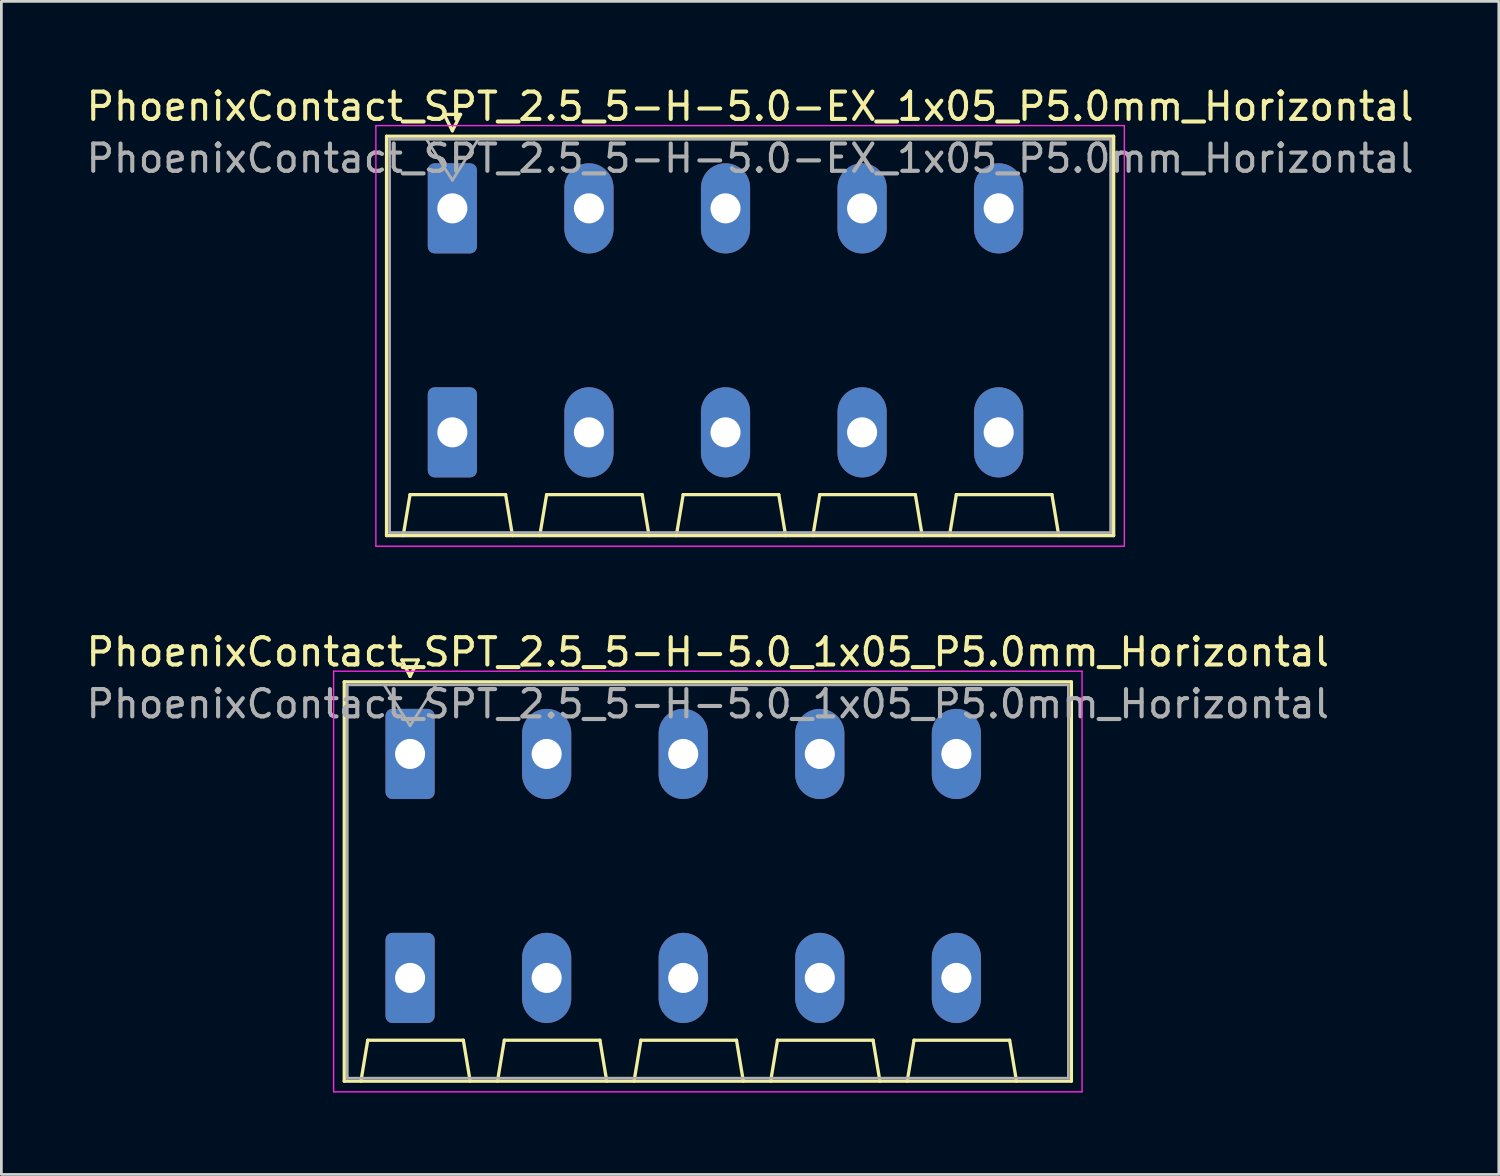
<source format=kicad_pcb>
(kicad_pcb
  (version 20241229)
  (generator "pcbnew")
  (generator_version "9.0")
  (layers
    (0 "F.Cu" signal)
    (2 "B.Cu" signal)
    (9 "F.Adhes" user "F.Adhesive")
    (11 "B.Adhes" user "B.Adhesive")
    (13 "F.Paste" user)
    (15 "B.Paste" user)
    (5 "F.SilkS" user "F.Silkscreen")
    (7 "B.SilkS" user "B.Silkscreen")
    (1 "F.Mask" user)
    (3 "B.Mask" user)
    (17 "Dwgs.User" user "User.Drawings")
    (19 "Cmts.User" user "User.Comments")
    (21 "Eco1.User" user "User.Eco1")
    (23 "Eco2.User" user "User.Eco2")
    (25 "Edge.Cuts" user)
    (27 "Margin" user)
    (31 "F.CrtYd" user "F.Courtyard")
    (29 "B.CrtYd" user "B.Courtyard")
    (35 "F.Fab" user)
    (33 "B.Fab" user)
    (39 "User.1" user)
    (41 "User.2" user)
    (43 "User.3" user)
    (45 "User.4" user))
  (footprint "PhoenixContact_SPT_2.5_5-H-5.0-EX_1x05_P5.0mm_Horizontal"
    (layer "F.Cu")
    (at 13.511 4.578)
    (property "Reference" "PhoenixContact_SPT_2.5_5-H-5.0-EX_1x05_P5.0mm_Horizontal" (at 10.9 -3.73 0) (layer "F.SilkS") (effects (font (size 1 1) (thickness 0.15))))
    (attr through_hole)
    (fp_line (start -2.41 -2.64) (end 24.21 -2.64) (stroke (width 0.12) (type solid)) (layer "F.SilkS"))
    (fp_line (start -2.41 11.98) (end -2.41 -2.64) (stroke (width 0.12) (type solid)) (layer "F.SilkS"))
    (fp_line (start -1.8 11.98) (end -1.55 10.48) (stroke (width 0.12) (type solid)) (layer "F.SilkS"))
    (fp_line (start -1.55 10.48) (end 1.95 10.48) (stroke (width 0.12) (type solid)) (layer "F.SilkS"))
    (fp_line (start -0.3 -3.44) (end 0 -2.84) (stroke (width 0.12) (type solid)) (layer "F.SilkS"))
    (fp_line (start -0.3 -3.44) (end 0.3 -3.44) (stroke (width 0.12) (type solid)) (layer "F.SilkS"))
    (fp_line (start 0.3 -3.44) (end 0 -2.84) (stroke (width 0.12) (type solid)) (layer "F.SilkS"))
    (fp_line (start 2.2 11.98) (end 1.95 10.48) (stroke (width 0.12) (type solid)) (layer "F.SilkS"))
    (fp_line (start 3.2 11.98) (end 3.45 10.48) (stroke (width 0.12) (type solid)) (layer "F.SilkS"))
    (fp_line (start 3.45 10.48) (end 6.95 10.48) (stroke (width 0.12) (type solid)) (layer "F.SilkS"))
    (fp_line (start 7.2 11.98) (end 6.95 10.48) (stroke (width 0.12) (type solid)) (layer "F.SilkS"))
    (fp_line (start 8.2 11.98) (end 8.45 10.48) (stroke (width 0.12) (type solid)) (layer "F.SilkS"))
    (fp_line (start 8.45 10.48) (end 11.95 10.48) (stroke (width 0.12) (type solid)) (layer "F.SilkS"))
    (fp_line (start 12.2 11.98) (end 11.95 10.48) (stroke (width 0.12) (type solid)) (layer "F.SilkS"))
    (fp_line (start 13.2 11.98) (end 13.45 10.48) (stroke (width 0.12) (type solid)) (layer "F.SilkS"))
    (fp_line (start 13.45 10.48) (end 16.95 10.48) (stroke (width 0.12) (type solid)) (layer "F.SilkS"))
    (fp_line (start 17.2 11.98) (end 16.95 10.48) (stroke (width 0.12) (type solid)) (layer "F.SilkS"))
    (fp_line (start 18.2 11.98) (end 18.45 10.48) (stroke (width 0.12) (type solid)) (layer "F.SilkS"))
    (fp_line (start 18.45 10.48) (end 21.95 10.48) (stroke (width 0.12) (type solid)) (layer "F.SilkS"))
    (fp_line (start 22.2 11.98) (end 21.95 10.48) (stroke (width 0.12) (type solid)) (layer "F.SilkS"))
    (fp_line (start 24.21 -2.64) (end 24.21 11.98) (stroke (width 0.12) (type solid)) (layer "F.SilkS"))
    (fp_line (start 24.21 11.98) (end -2.41 11.98) (stroke (width 0.12) (type solid)) (layer "F.SilkS"))
    (fp_line (start -2.8 -3.03) (end -2.8 12.37) (stroke (width 0.05) (type solid)) (layer "F.CrtYd"))
    (fp_line (start -2.8 12.37) (end 24.6 12.37) (stroke (width 0.05) (type solid)) (layer "F.CrtYd"))
    (fp_line (start 24.6 -3.03) (end -2.8 -3.03) (stroke (width 0.05) (type solid)) (layer "F.CrtYd"))
    (fp_line (start 24.6 12.37) (end 24.6 -3.03) (stroke (width 0.05) (type solid)) (layer "F.CrtYd"))
    (fp_line (start -2.3 -2.53) (end -2.3 11.87) (stroke (width 0.1) (type solid)) (layer "F.Fab"))
    (fp_line (start -2.3 11.87) (end 24.1 11.87) (stroke (width 0.1) (type solid)) (layer "F.Fab"))
    (fp_line (start -0.95 -2.53) (end 0 -1.03) (stroke (width 0.1) (type solid)) (layer "F.Fab"))
    (fp_line (start 0.95 -2.53) (end 0 -1.03) (stroke (width 0.1) (type solid)) (layer "F.Fab"))
    (fp_line (start 24.1 -2.53) (end -2.3 -2.53) (stroke (width 0.1) (type solid)) (layer "F.Fab"))
    (fp_line (start 24.1 11.87) (end 24.1 -2.53) (stroke (width 0.1) (type solid)) (layer "F.Fab"))
    (fp_text user "${REFERENCE}" (at 10.9 -1.83 0) (layer "F.Fab") (effects (font (size 1 1) (thickness 0.15))))
    (pad "1" thru_hole roundrect (at 0 0) (size 1.8 3.3) (drill 1.1) (layers "*.Cu" "*.Mask") (roundrect_rratio 0.139))
    (pad "1" thru_hole roundrect (at 0 8.2) (size 1.8 3.3) (drill 1.1) (layers "*.Cu" "*.Mask") (roundrect_rratio 0.139))
    (pad "2" thru_hole oval (at 5 0) (size 1.8 3.3) (drill 1.1) (layers "*.Cu" "*.Mask"))
    (pad "2" thru_hole oval (at 5 8.2) (size 1.8 3.3) (drill 1.1) (layers "*.Cu" "*.Mask"))
    (pad "3" thru_hole oval (at 10 0) (size 1.8 3.3) (drill 1.1) (layers "*.Cu" "*.Mask"))
    (pad "3" thru_hole oval (at 10 8.2) (size 1.8 3.3) (drill 1.1) (layers "*.Cu" "*.Mask"))
    (pad "4" thru_hole oval (at 15 0) (size 1.8 3.3) (drill 1.1) (layers "*.Cu" "*.Mask"))
    (pad "4" thru_hole oval (at 15 8.2) (size 1.8 3.3) (drill 1.1) (layers "*.Cu" "*.Mask"))
    (pad "5" thru_hole oval (at 20 0) (size 1.8 3.3) (drill 1.1) (layers "*.Cu" "*.Mask"))
    (pad "5" thru_hole oval (at 20 8.2) (size 1.8 3.3) (drill 1.1) (layers "*.Cu" "*.Mask")))
  (footprint "PhoenixContact_SPT_2.5_5-H-5.0_1x05_P5.0mm_Horizontal"
    (layer "F.Cu")
    (at 11.963 24.552)
    (property "Reference" "PhoenixContact_SPT_2.5_5-H-5.0_1x05_P5.0mm_Horizontal" (at 10.9 -3.73 0) (layer "F.SilkS") (effects (font (size 1 1) (thickness 0.15))))
    (attr through_hole)
    (fp_line (start -2.41 -2.64) (end 24.21 -2.64) (stroke (width 0.12) (type solid)) (layer "F.SilkS"))
    (fp_line (start -2.41 11.98) (end -2.41 -2.64) (stroke (width 0.12) (type solid)) (layer "F.SilkS"))
    (fp_line (start -1.8 11.98) (end -1.55 10.48) (stroke (width 0.12) (type solid)) (layer "F.SilkS"))
    (fp_line (start -1.55 10.48) (end 1.95 10.48) (stroke (width 0.12) (type solid)) (layer "F.SilkS"))
    (fp_line (start -0.3 -3.44) (end 0 -2.84) (stroke (width 0.12) (type solid)) (layer "F.SilkS"))
    (fp_line (start -0.3 -3.44) (end 0.3 -3.44) (stroke (width 0.12) (type solid)) (layer "F.SilkS"))
    (fp_line (start 0.3 -3.44) (end 0 -2.84) (stroke (width 0.12) (type solid)) (layer "F.SilkS"))
    (fp_line (start 2.2 11.98) (end 1.95 10.48) (stroke (width 0.12) (type solid)) (layer "F.SilkS"))
    (fp_line (start 3.2 11.98) (end 3.45 10.48) (stroke (width 0.12) (type solid)) (layer "F.SilkS"))
    (fp_line (start 3.45 10.48) (end 6.95 10.48) (stroke (width 0.12) (type solid)) (layer "F.SilkS"))
    (fp_line (start 7.2 11.98) (end 6.95 10.48) (stroke (width 0.12) (type solid)) (layer "F.SilkS"))
    (fp_line (start 8.2 11.98) (end 8.45 10.48) (stroke (width 0.12) (type solid)) (layer "F.SilkS"))
    (fp_line (start 8.45 10.48) (end 11.95 10.48) (stroke (width 0.12) (type solid)) (layer "F.SilkS"))
    (fp_line (start 12.2 11.98) (end 11.95 10.48) (stroke (width 0.12) (type solid)) (layer "F.SilkS"))
    (fp_line (start 13.2 11.98) (end 13.45 10.48) (stroke (width 0.12) (type solid)) (layer "F.SilkS"))
    (fp_line (start 13.45 10.48) (end 16.95 10.48) (stroke (width 0.12) (type solid)) (layer "F.SilkS"))
    (fp_line (start 17.2 11.98) (end 16.95 10.48) (stroke (width 0.12) (type solid)) (layer "F.SilkS"))
    (fp_line (start 18.2 11.98) (end 18.45 10.48) (stroke (width 0.12) (type solid)) (layer "F.SilkS"))
    (fp_line (start 18.45 10.48) (end 21.95 10.48) (stroke (width 0.12) (type solid)) (layer "F.SilkS"))
    (fp_line (start 22.2 11.98) (end 21.95 10.48) (stroke (width 0.12) (type solid)) (layer "F.SilkS"))
    (fp_line (start 24.21 -2.64) (end 24.21 11.98) (stroke (width 0.12) (type solid)) (layer "F.SilkS"))
    (fp_line (start 24.21 11.98) (end -2.41 11.98) (stroke (width 0.12) (type solid)) (layer "F.SilkS"))
    (fp_line (start -2.8 -3.03) (end -2.8 12.37) (stroke (width 0.05) (type solid)) (layer "F.CrtYd"))
    (fp_line (start -2.8 12.37) (end 24.6 12.37) (stroke (width 0.05) (type solid)) (layer "F.CrtYd"))
    (fp_line (start 24.6 -3.03) (end -2.8 -3.03) (stroke (width 0.05) (type solid)) (layer "F.CrtYd"))
    (fp_line (start 24.6 12.37) (end 24.6 -3.03) (stroke (width 0.05) (type solid)) (layer "F.CrtYd"))
    (fp_line (start -2.3 -2.53) (end -2.3 11.87) (stroke (width 0.1) (type solid)) (layer "F.Fab"))
    (fp_line (start -2.3 11.87) (end 24.1 11.87) (stroke (width 0.1) (type solid)) (layer "F.Fab"))
    (fp_line (start -0.95 -2.53) (end 0 -1.03) (stroke (width 0.1) (type solid)) (layer "F.Fab"))
    (fp_line (start 0.95 -2.53) (end 0 -1.03) (stroke (width 0.1) (type solid)) (layer "F.Fab"))
    (fp_line (start 24.1 -2.53) (end -2.3 -2.53) (stroke (width 0.1) (type solid)) (layer "F.Fab"))
    (fp_line (start 24.1 11.87) (end 24.1 -2.53) (stroke (width 0.1) (type solid)) (layer "F.Fab"))
    (fp_text user "${REFERENCE}" (at 10.9 -1.83 0) (layer "F.Fab") (effects (font (size 1 1) (thickness 0.15))))
    (pad "1" thru_hole roundrect (at 0 0) (size 1.8 3.3) (drill 1.1) (layers "*.Cu" "*.Mask") (roundrect_rratio 0.139))
    (pad "1" thru_hole roundrect (at 0 8.2) (size 1.8 3.3) (drill 1.1) (layers "*.Cu" "*.Mask") (roundrect_rratio 0.139))
    (pad "2" thru_hole oval (at 5 0) (size 1.8 3.3) (drill 1.1) (layers "*.Cu" "*.Mask"))
    (pad "2" thru_hole oval (at 5 8.2) (size 1.8 3.3) (drill 1.1) (layers "*.Cu" "*.Mask"))
    (pad "3" thru_hole oval (at 10 0) (size 1.8 3.3) (drill 1.1) (layers "*.Cu" "*.Mask"))
    (pad "3" thru_hole oval (at 10 8.2) (size 1.8 3.3) (drill 1.1) (layers "*.Cu" "*.Mask"))
    (pad "4" thru_hole oval (at 15 0) (size 1.8 3.3) (drill 1.1) (layers "*.Cu" "*.Mask"))
    (pad "4" thru_hole oval (at 15 8.2) (size 1.8 3.3) (drill 1.1) (layers "*.Cu" "*.Mask"))
    (pad "5" thru_hole oval (at 20 0) (size 1.8 3.3) (drill 1.1) (layers "*.Cu" "*.Mask"))
    (pad "5" thru_hole oval (at 20 8.2) (size 1.8 3.3) (drill 1.1) (layers "*.Cu" "*.Mask")))
  (gr_rect
    (start -3 -3)
    (end 51.821 39.947)
    (stroke (width 0.1) (type default))
    (fill no)
    (layer "Edge.Cuts")))
</source>
